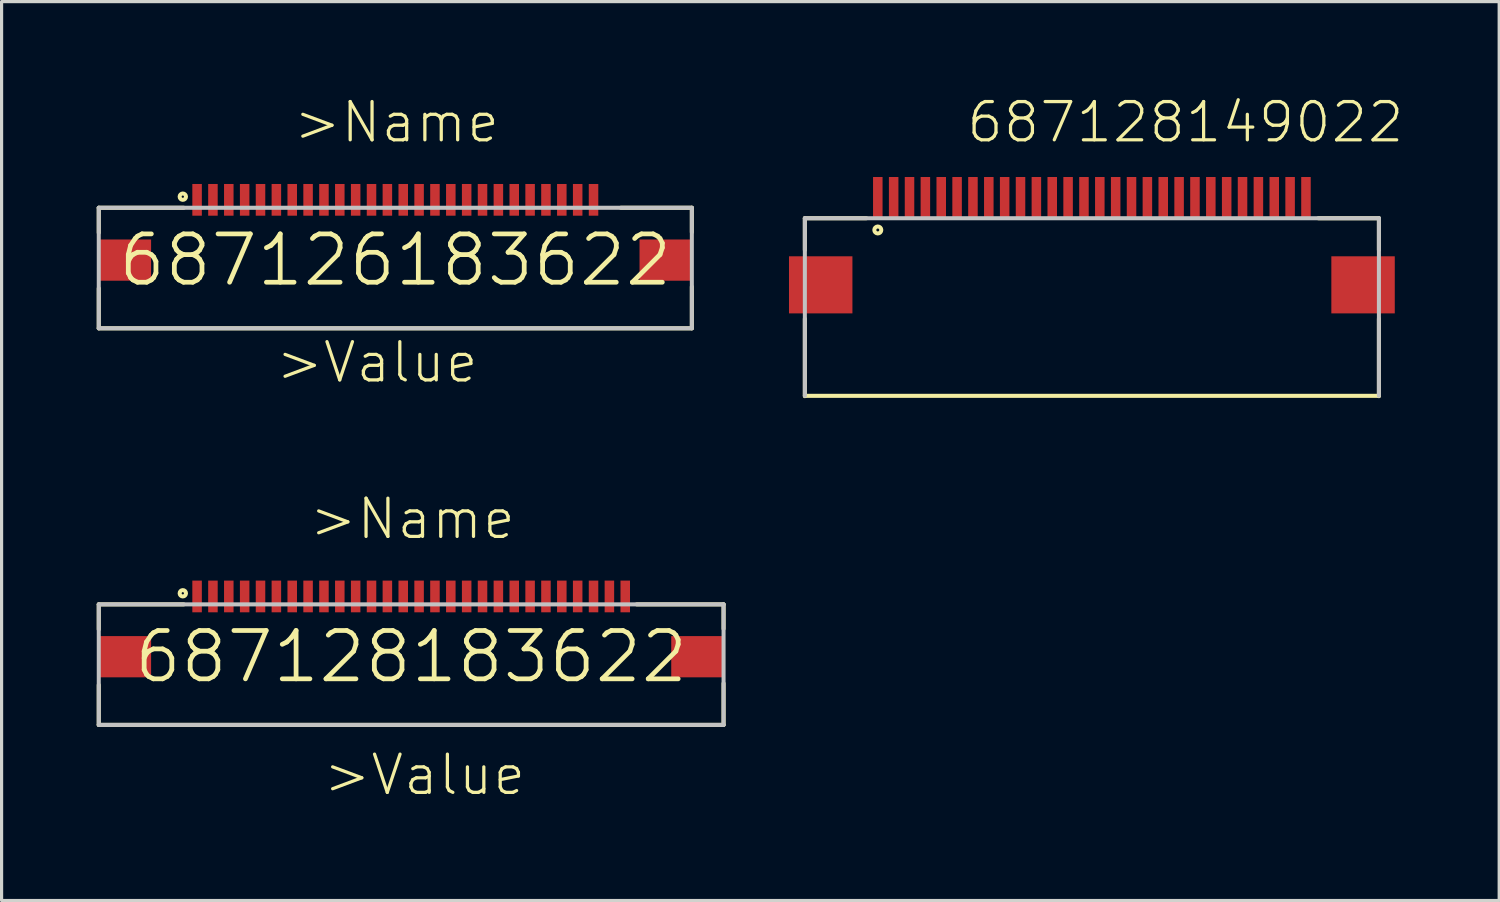
<source format=kicad_pcb>
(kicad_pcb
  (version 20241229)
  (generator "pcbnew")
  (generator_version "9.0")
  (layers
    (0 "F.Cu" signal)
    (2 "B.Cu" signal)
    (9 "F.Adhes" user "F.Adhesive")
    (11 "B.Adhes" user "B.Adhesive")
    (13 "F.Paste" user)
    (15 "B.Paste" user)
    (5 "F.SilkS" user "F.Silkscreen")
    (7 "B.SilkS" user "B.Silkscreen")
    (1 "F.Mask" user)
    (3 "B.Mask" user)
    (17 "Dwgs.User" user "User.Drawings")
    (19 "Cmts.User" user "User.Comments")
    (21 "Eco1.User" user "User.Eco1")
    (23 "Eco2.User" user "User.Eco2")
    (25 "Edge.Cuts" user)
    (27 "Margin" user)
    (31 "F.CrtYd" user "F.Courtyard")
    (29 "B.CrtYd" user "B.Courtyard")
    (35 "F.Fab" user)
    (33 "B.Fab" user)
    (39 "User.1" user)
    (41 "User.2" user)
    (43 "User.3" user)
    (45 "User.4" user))
  (footprint "687128149022"
    (layer "F.Cu")
    (at 31.377 3.181)
    (property "Reference" "687128149022" (at -4.01 -1.67 0) (layer "F.SilkS") (effects (font (size 1.206 1.206) (thickness 0.102)) (justify left bottom)))
    (attr through_hole)
    (fp_line (start -9.05 0.65) (end -9.05 1.65) (stroke (width 0.127) (type solid)) (layer "F.SilkS"))
    (fp_line (start -9.05 3.82) (end -9.05 6.26) (stroke (width 0.127) (type solid)) (layer "F.SilkS"))
    (fp_line (start -7.11 0.65) (end -9.05 0.65) (stroke (width 0.127) (type solid)) (layer "F.SilkS"))
    (fp_line (start 7.14 0.65) (end 9.05 0.65) (stroke (width 0.127) (type solid)) (layer "F.SilkS"))
    (fp_line (start 9.05 0.65) (end 9.05 1.65) (stroke (width 0.127) (type solid)) (layer "F.SilkS"))
    (fp_line (start 9.05 3.82) (end 9.05 6.26) (stroke (width 0.127) (type solid)) (layer "F.SilkS"))
    (fp_line (start 9.05 6.25) (end -9.05 6.25) (stroke (width 0.127) (type solid)) (layer "F.SilkS"))
    (fp_circle (center -6.75 1.02) (end -6.64 1.02) (stroke (width 0.127) (type solid)) (fill no) (layer "F.SilkS"))
    (fp_line (start -9.05 0.65) (end 9.05 0.65) (stroke (width 0.127) (type solid)) (layer "Dwgs.User"))
    (fp_line (start -9.05 6.25) (end -9.05 0.65) (stroke (width 0.127) (type solid)) (layer "Dwgs.User"))
    (fp_line (start 9.05 0.65) (end 9.05 6.25) (stroke (width 0.127) (type solid)) (layer "Dwgs.User"))
    (pad "1" smd rect (at -6.75 0) (size 0.3 1.3) (layers "F.Cu" "F.Mask" "F.Paste"))
    (pad "2" smd rect (at -6.25 0) (size 0.3 1.3) (layers "F.Cu" "F.Mask" "F.Paste"))
    (pad "3" smd rect (at -5.75 0) (size 0.3 1.3) (layers "F.Cu" "F.Mask" "F.Paste"))
    (pad "4" smd rect (at -5.25 0) (size 0.3 1.3) (layers "F.Cu" "F.Mask" "F.Paste"))
    (pad "5" smd rect (at -4.75 0) (size 0.3 1.3) (layers "F.Cu" "F.Mask" "F.Paste"))
    (pad "6" smd rect (at -4.25 0) (size 0.3 1.3) (layers "F.Cu" "F.Mask" "F.Paste"))
    (pad "7" smd rect (at -3.75 0) (size 0.3 1.3) (layers "F.Cu" "F.Mask" "F.Paste"))
    (pad "8" smd rect (at -3.25 0) (size 0.3 1.3) (layers "F.Cu" "F.Mask" "F.Paste"))
    (pad "9" smd rect (at -2.75 0) (size 0.3 1.3) (layers "F.Cu" "F.Mask" "F.Paste"))
    (pad "10" smd rect (at -2.25 0) (size 0.3 1.3) (layers "F.Cu" "F.Mask" "F.Paste"))
    (pad "11" smd rect (at -1.75 0) (size 0.3 1.3) (layers "F.Cu" "F.Mask" "F.Paste"))
    (pad "12" smd rect (at -1.25 0) (size 0.3 1.3) (layers "F.Cu" "F.Mask" "F.Paste"))
    (pad "13" smd rect (at -0.75 0) (size 0.3 1.3) (layers "F.Cu" "F.Mask" "F.Paste"))
    (pad "14" smd rect (at -0.25 0) (size 0.3 1.3) (layers "F.Cu" "F.Mask" "F.Paste"))
    (pad "15" smd rect (at 0.25 0) (size 0.3 1.3) (layers "F.Cu" "F.Mask" "F.Paste"))
    (pad "16" smd rect (at 0.75 0) (size 0.3 1.3) (layers "F.Cu" "F.Mask" "F.Paste"))
    (pad "17" smd rect (at 1.25 0) (size 0.3 1.3) (layers "F.Cu" "F.Mask" "F.Paste"))
    (pad "18" smd rect (at 1.75 0) (size 0.3 1.3) (layers "F.Cu" "F.Mask" "F.Paste"))
    (pad "19" smd rect (at 2.25 0) (size 0.3 1.3) (layers "F.Cu" "F.Mask" "F.Paste"))
    (pad "20" smd rect (at 2.75 0) (size 0.3 1.3) (layers "F.Cu" "F.Mask" "F.Paste"))
    (pad "21" smd rect (at 3.25 0) (size 0.3 1.3) (layers "F.Cu" "F.Mask" "F.Paste"))
    (pad "22" smd rect (at 3.75 0) (size 0.3 1.3) (layers "F.Cu" "F.Mask" "F.Paste"))
    (pad "23" smd rect (at 4.25 0) (size 0.3 1.3) (layers "F.Cu" "F.Mask" "F.Paste"))
    (pad "24" smd rect (at 4.75 0) (size 0.3 1.3) (layers "F.Cu" "F.Mask" "F.Paste"))
    (pad "25" smd rect (at 5.25 0) (size 0.3 1.3) (layers "F.Cu" "F.Mask" "F.Paste"))
    (pad "26" smd rect (at 5.75 0) (size 0.3 1.3) (layers "F.Cu" "F.Mask" "F.Paste"))
    (pad "27" smd rect (at 6.25 0) (size 0.3 1.3) (layers "F.Cu" "F.Mask" "F.Paste"))
    (pad "28" smd rect (at 6.75 0) (size 0.3 1.3) (layers "F.Cu" "F.Mask" "F.Paste"))
    (pad "Z1" smd rect (at -8.55 2.75) (size 2 1.8) (layers "F.Cu" "F.Mask" "F.Paste"))
    (pad "Z2" smd rect (at 8.55 2.75) (size 2 1.8) (layers "F.Cu" "F.Mask" "F.Paste")))
  (footprint "687128183622"
    (layer "F.Cu")
    (at 9.914 17.656)
    (property "Reference" "687128183622" (at 0 0 0) (layer "F.SilkS") (effects (font (size 1.524 1.524) (thickness 0.15))))
    (attr through_hole)
    (fp_line (start -9.85 -1.65) (end -9.85 -0.86) (stroke (width 0.127) (type solid)) (layer "F.SilkS"))
    (fp_line (start -9.85 0.89) (end -9.85 2.15) (stroke (width 0.127) (type solid)) (layer "F.SilkS"))
    (fp_line (start -9.85 2.15) (end 9.85 2.15) (stroke (width 0.127) (type solid)) (layer "F.SilkS"))
    (fp_line (start -7.17 -1.65) (end -9.85 -1.65) (stroke (width 0.127) (type solid)) (layer "F.SilkS"))
    (fp_line (start 7.11 -1.65) (end 9.85 -1.65) (stroke (width 0.127) (type solid)) (layer "F.SilkS"))
    (fp_line (start 9.85 -1.65) (end 9.85 -0.88) (stroke (width 0.127) (type solid)) (layer "F.SilkS"))
    (fp_line (start 9.85 2.15) (end 9.85 0.84) (stroke (width 0.127) (type solid)) (layer "F.SilkS"))
    (fp_circle (center -7.2 -2) (end -7.1 -2) (stroke (width 0.127) (type solid)) (fill no) (layer "F.SilkS"))
    (fp_line (start -9.85 -1.65) (end 9.85 -1.65) (stroke (width 0.127) (type solid)) (layer "Dwgs.User"))
    (fp_line (start -9.85 2.15) (end -9.85 -1.65) (stroke (width 0.127) (type solid)) (layer "Dwgs.User"))
    (fp_line (start 9.85 -1.65) (end 9.85 2.15) (stroke (width 0.127) (type solid)) (layer "Dwgs.User"))
    (fp_line (start 9.85 2.15) (end -9.85 2.15) (stroke (width 0.127) (type solid)) (layer "Dwgs.User"))
    (fp_text user ">Value" (at -2.83 4.43 0) (layer "F.SilkS") (effects (font (size 1.206 1.206) (thickness 0.102)) (justify left bottom)))
    (fp_text user ">Name" (at -3.27 -3.64 0) (layer "F.SilkS") (effects (font (size 1.206 1.206) (thickness 0.102)) (justify left bottom)))
    (pad "1" smd rect (at -6.75 -1.9 90) (size 1 0.3) (layers "F.Cu" "F.Mask" "F.Paste"))
    (pad "2" smd rect (at -6.25 -1.9 90) (size 1 0.3) (layers "F.Cu" "F.Mask" "F.Paste"))
    (pad "3" smd rect (at -5.75 -1.9 90) (size 1 0.3) (layers "F.Cu" "F.Mask" "F.Paste"))
    (pad "4" smd rect (at -5.25 -1.9 90) (size 1 0.3) (layers "F.Cu" "F.Mask" "F.Paste"))
    (pad "5" smd rect (at -4.75 -1.9 90) (size 1 0.3) (layers "F.Cu" "F.Mask" "F.Paste"))
    (pad "6" smd rect (at -4.25 -1.9 90) (size 1 0.3) (layers "F.Cu" "F.Mask" "F.Paste"))
    (pad "7" smd rect (at -3.75 -1.9 90) (size 1 0.3) (layers "F.Cu" "F.Mask" "F.Paste"))
    (pad "8" smd rect (at -3.25 -1.9 90) (size 1 0.3) (layers "F.Cu" "F.Mask" "F.Paste"))
    (pad "9" smd rect (at -2.75 -1.9 90) (size 1 0.3) (layers "F.Cu" "F.Mask" "F.Paste"))
    (pad "10" smd rect (at -2.25 -1.9 90) (size 1 0.3) (layers "F.Cu" "F.Mask" "F.Paste"))
    (pad "11" smd rect (at -1.75 -1.9 90) (size 1 0.3) (layers "F.Cu" "F.Mask" "F.Paste"))
    (pad "12" smd rect (at -1.25 -1.9 90) (size 1 0.3) (layers "F.Cu" "F.Mask" "F.Paste"))
    (pad "13" smd rect (at -0.75 -1.9 90) (size 1 0.3) (layers "F.Cu" "F.Mask" "F.Paste"))
    (pad "14" smd rect (at -0.25 -1.9 90) (size 1 0.3) (layers "F.Cu" "F.Mask" "F.Paste"))
    (pad "15" smd rect (at 0.25 -1.9 90) (size 1 0.3) (layers "F.Cu" "F.Mask" "F.Paste"))
    (pad "16" smd rect (at 0.75 -1.9 90) (size 1 0.3) (layers "F.Cu" "F.Mask" "F.Paste"))
    (pad "17" smd rect (at 1.25 -1.9 90) (size 1 0.3) (layers "F.Cu" "F.Mask" "F.Paste"))
    (pad "18" smd rect (at 1.75 -1.9 90) (size 1 0.3) (layers "F.Cu" "F.Mask" "F.Paste"))
    (pad "19" smd rect (at 2.25 -1.9 90) (size 1 0.3) (layers "F.Cu" "F.Mask" "F.Paste"))
    (pad "20" smd rect (at 2.75 -1.9 90) (size 1 0.3) (layers "F.Cu" "F.Mask" "F.Paste"))
    (pad "21" smd rect (at 3.25 -1.9 90) (size 1 0.3) (layers "F.Cu" "F.Mask" "F.Paste"))
    (pad "22" smd rect (at 3.75 -1.9 90) (size 1 0.3) (layers "F.Cu" "F.Mask" "F.Paste"))
    (pad "23" smd rect (at 4.25 -1.9 90) (size 1 0.3) (layers "F.Cu" "F.Mask" "F.Paste"))
    (pad "24" smd rect (at 4.75 -1.9 90) (size 1 0.3) (layers "F.Cu" "F.Mask" "F.Paste"))
    (pad "25" smd rect (at 5.25 -1.9 90) (size 1 0.3) (layers "F.Cu" "F.Mask" "F.Paste"))
    (pad "26" smd rect (at 5.75 -1.9 90) (size 1 0.3) (layers "F.Cu" "F.Mask" "F.Paste"))
    (pad "27" smd rect (at 6.25 -1.9 90) (size 1 0.3) (layers "F.Cu" "F.Mask" "F.Paste"))
    (pad "28" smd rect (at 6.75 -1.9 90) (size 1 0.3) (layers "F.Cu" "F.Mask" "F.Paste"))
    (pad "Z1" smd rect (at -9.025 0) (size 1.65 1.3) (layers "F.Cu" "F.Mask" "F.Paste"))
    (pad "Z2" smd rect (at 9.025 0) (size 1.65 1.3) (layers "F.Cu" "F.Mask" "F.Paste")))
  (footprint "687126183622"
    (layer "F.Cu")
    (at 9.414 5.151)
    (property "Reference" "687126183622" (at 0 0 0) (layer "F.SilkS") (effects (font (size 1.524 1.524) (thickness 0.15))))
    (attr through_hole)
    (fp_line (start -9.35 -1.65) (end -9.35 -0.86) (stroke (width 0.127) (type solid)) (layer "F.SilkS"))
    (fp_line (start -9.35 0.89) (end -9.35 2.15) (stroke (width 0.127) (type solid)) (layer "F.SilkS"))
    (fp_line (start -9.35 2.15) (end 9.35 2.15) (stroke (width 0.127) (type solid)) (layer "F.SilkS"))
    (fp_line (start -6.67 -1.65) (end -9.35 -1.65) (stroke (width 0.127) (type solid)) (layer "F.SilkS"))
    (fp_line (start 7.11 -1.65) (end 9.35 -1.65) (stroke (width 0.127) (type solid)) (layer "F.SilkS"))
    (fp_line (start 9.35 -1.65) (end 9.35 -0.88) (stroke (width 0.127) (type solid)) (layer "F.SilkS"))
    (fp_line (start 9.35 2.15) (end 9.35 0.84) (stroke (width 0.127) (type solid)) (layer "F.SilkS"))
    (fp_circle (center -6.7 -2) (end -6.6 -2) (stroke (width 0.127) (type solid)) (fill no) (layer "F.SilkS"))
    (fp_line (start -9.35 -1.65) (end 9.35 -1.65) (stroke (width 0.127) (type solid)) (layer "Dwgs.User"))
    (fp_line (start -9.35 2.15) (end -9.35 -1.65) (stroke (width 0.127) (type solid)) (layer "Dwgs.User"))
    (fp_line (start 9.35 -1.65) (end 9.35 2.15) (stroke (width 0.127) (type solid)) (layer "Dwgs.User"))
    (fp_line (start 9.35 2.15) (end -9.35 2.15) (stroke (width 0.127) (type solid)) (layer "Dwgs.User"))
    (fp_text user ">Value" (at -3.83 3.93 0) (layer "F.SilkS") (effects (font (size 1.206 1.206) (thickness 0.102)) (justify left bottom)))
    (fp_text user ">Name" (at -3.27 -3.64 0) (layer "F.SilkS") (effects (font (size 1.206 1.206) (thickness 0.102)) (justify left bottom)))
    (pad "1" smd rect (at -6.25 -1.9 90) (size 1 0.3) (layers "F.Cu" "F.Mask" "F.Paste"))
    (pad "2" smd rect (at -5.75 -1.9 90) (size 1 0.3) (layers "F.Cu" "F.Mask" "F.Paste"))
    (pad "3" smd rect (at -5.25 -1.9 90) (size 1 0.3) (layers "F.Cu" "F.Mask" "F.Paste"))
    (pad "4" smd rect (at -4.75 -1.9 90) (size 1 0.3) (layers "F.Cu" "F.Mask" "F.Paste"))
    (pad "5" smd rect (at -4.25 -1.9 90) (size 1 0.3) (layers "F.Cu" "F.Mask" "F.Paste"))
    (pad "6" smd rect (at -3.75 -1.9 90) (size 1 0.3) (layers "F.Cu" "F.Mask" "F.Paste"))
    (pad "7" smd rect (at -3.25 -1.9 90) (size 1 0.3) (layers "F.Cu" "F.Mask" "F.Paste"))
    (pad "8" smd rect (at -2.75 -1.9 90) (size 1 0.3) (layers "F.Cu" "F.Mask" "F.Paste"))
    (pad "9" smd rect (at -2.25 -1.9 90) (size 1 0.3) (layers "F.Cu" "F.Mask" "F.Paste"))
    (pad "10" smd rect (at -1.75 -1.9 90) (size 1 0.3) (layers "F.Cu" "F.Mask" "F.Paste"))
    (pad "11" smd rect (at -1.25 -1.9 90) (size 1 0.3) (layers "F.Cu" "F.Mask" "F.Paste"))
    (pad "12" smd rect (at -0.75 -1.9 90) (size 1 0.3) (layers "F.Cu" "F.Mask" "F.Paste"))
    (pad "13" smd rect (at -0.25 -1.9 90) (size 1 0.3) (layers "F.Cu" "F.Mask" "F.Paste"))
    (pad "14" smd rect (at 0.25 -1.9 90) (size 1 0.3) (layers "F.Cu" "F.Mask" "F.Paste"))
    (pad "15" smd rect (at 0.75 -1.9 90) (size 1 0.3) (layers "F.Cu" "F.Mask" "F.Paste"))
    (pad "16" smd rect (at 1.25 -1.9 90) (size 1 0.3) (layers "F.Cu" "F.Mask" "F.Paste"))
    (pad "17" smd rect (at 1.75 -1.9 90) (size 1 0.3) (layers "F.Cu" "F.Mask" "F.Paste"))
    (pad "18" smd rect (at 2.25 -1.9 90) (size 1 0.3) (layers "F.Cu" "F.Mask" "F.Paste"))
    (pad "19" smd rect (at 2.75 -1.9 90) (size 1 0.3) (layers "F.Cu" "F.Mask" "F.Paste"))
    (pad "20" smd rect (at 3.25 -1.9 90) (size 1 0.3) (layers "F.Cu" "F.Mask" "F.Paste"))
    (pad "21" smd rect (at 3.75 -1.9 90) (size 1 0.3) (layers "F.Cu" "F.Mask" "F.Paste"))
    (pad "22" smd rect (at 4.25 -1.9 90) (size 1 0.3) (layers "F.Cu" "F.Mask" "F.Paste"))
    (pad "23" smd rect (at 4.75 -1.9 90) (size 1 0.3) (layers "F.Cu" "F.Mask" "F.Paste"))
    (pad "24" smd rect (at 5.25 -1.9 90) (size 1 0.3) (layers "F.Cu" "F.Mask" "F.Paste"))
    (pad "25" smd rect (at 5.75 -1.9 90) (size 1 0.3) (layers "F.Cu" "F.Mask" "F.Paste"))
    (pad "26" smd rect (at 6.25 -1.9 90) (size 1 0.3) (layers "F.Cu" "F.Mask" "F.Paste"))
    (pad "Z1" smd rect (at -8.525 0) (size 1.65 1.3) (layers "F.Cu" "F.Mask" "F.Paste"))
    (pad "Z2" smd rect (at 8.525 0) (size 1.65 1.3) (layers "F.Cu" "F.Mask" "F.Paste")))
  (gr_rect
    (start -3 -3)
    (end 44.219 25.343)
    (stroke (width 0.1) (type default))
    (fill no)
    (layer "Edge.Cuts")))
</source>
